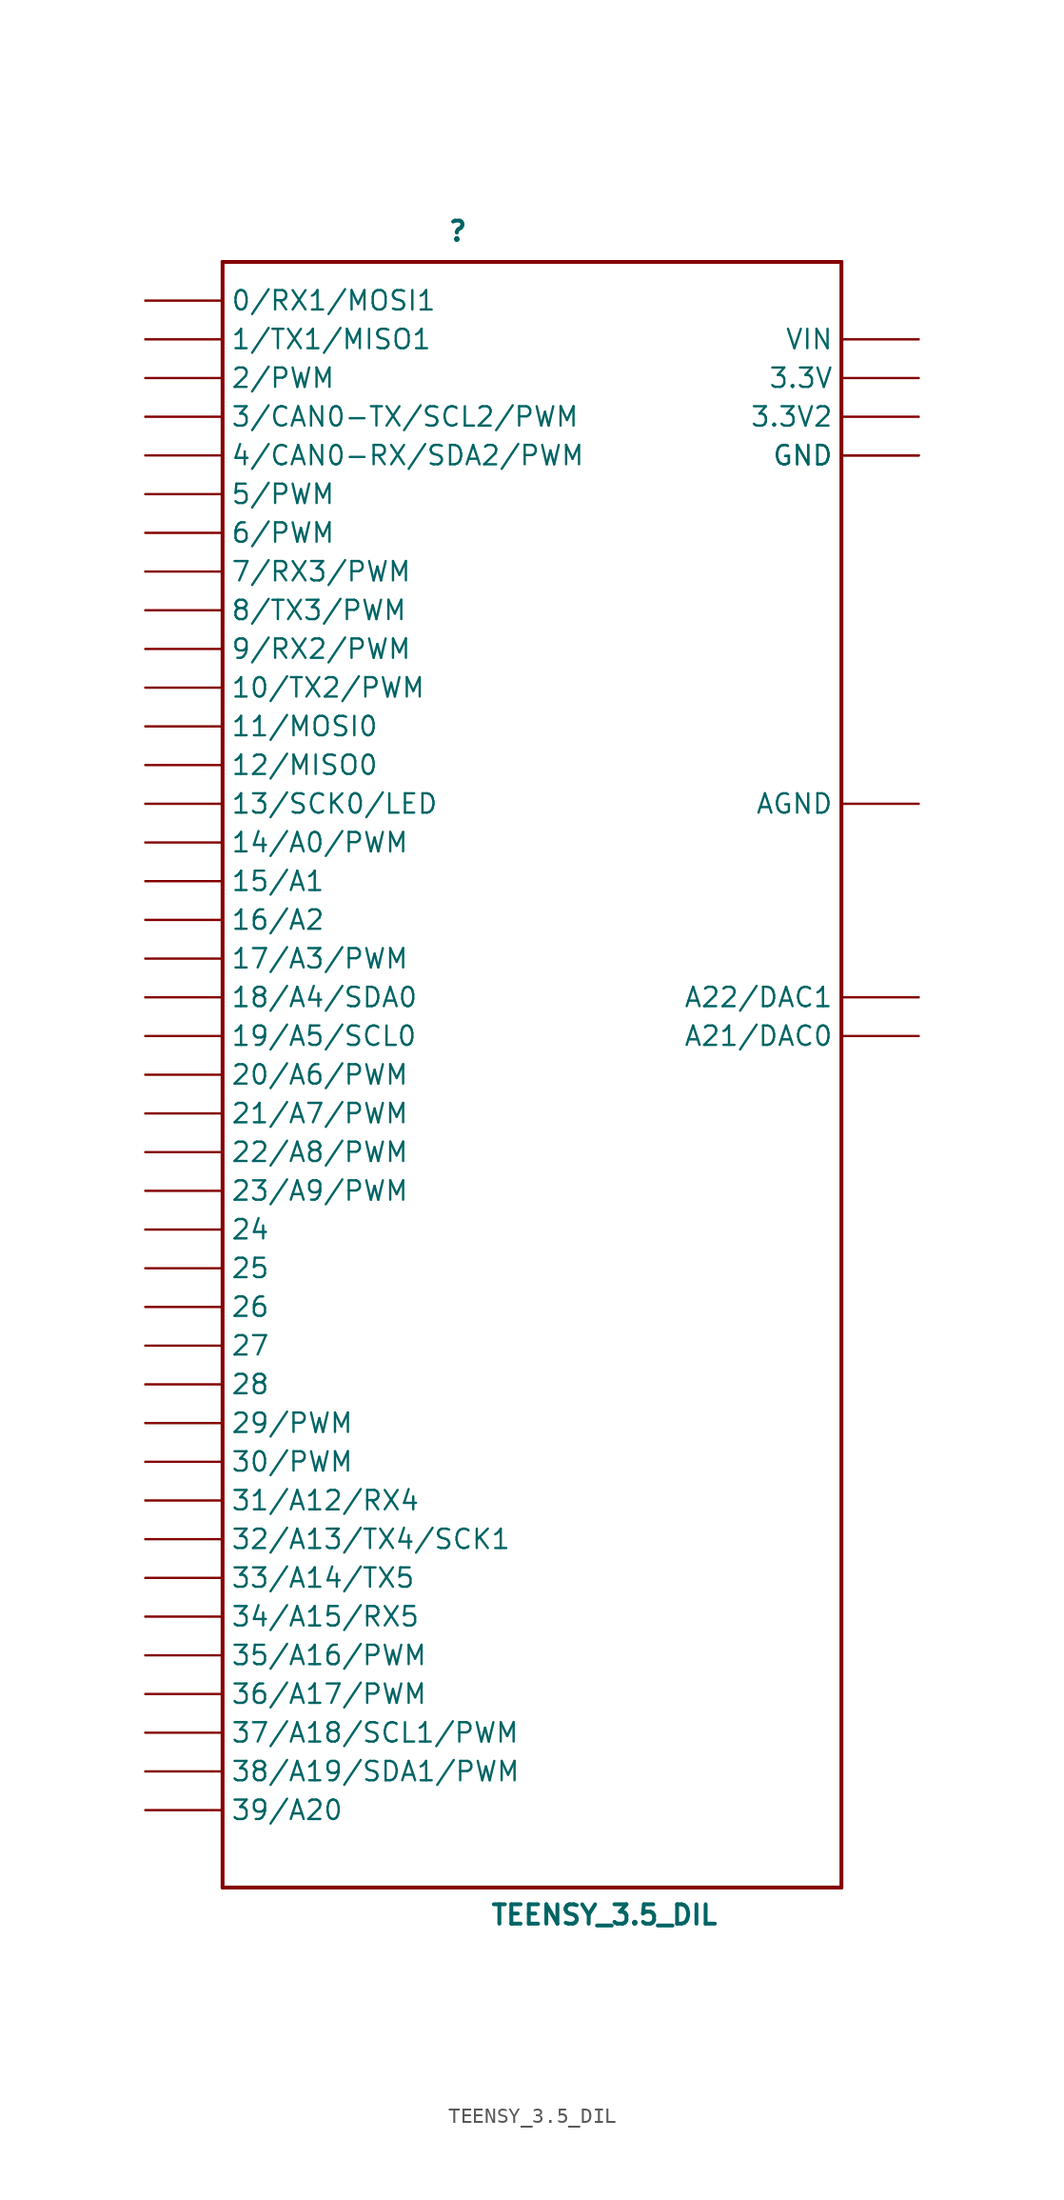
<source format=kicad_sym>
(kicad_symbol_lib
  (version 20220914)
  (generator kicad_symbol_editor)
  (symbol "TEENSY_3.5_DIL"
    (property "Reference" ""
      (at -5.588 54.61 0)
      (effects (font (size 1.27 1.27) bold) (justify left bottom)))
    (property "Value" "TEENSY_3.5_DIL"
      (at -2.794 -55.88 0)
      (effects (font (size 1.27 1.27) bold) (justify left bottom)))
    (property "ki_locked" ""
      (at 0 0 0)
      (effects (font (size 1.27 1.27))))
    (symbol "TEENSY_3.5_DIL_1_0"
      (polyline (pts (xy -20.32 -53.34) (xy 20.32 -53.34)) (stroke (width 0.254) (type default)) (fill (type none)))
      (polyline (pts (xy -20.32 53.34) (xy -20.32 -53.34)) (stroke (width 0.254) (type default)) (fill (type none)))
      (polyline (pts (xy 20.32 -53.34) (xy 20.32 53.34)) (stroke (width 0.254) (type default)) (fill (type none)))
      (polyline (pts (xy 20.32 53.34) (xy -20.32 53.34)) (stroke (width 0.254) (type default)) (fill (type none)))
      (pin bidirectional line (at -25.4 50.8 0) (length 5.08) (name "0/RX1/MOSI1" (effects (font (size 1.27 1.27)))) (number "0" (effects (font (size 0 0)))))
      (pin bidirectional line (at -25.4 48.26 0) (length 5.08) (name "1/TX1/MISO1" (effects (font (size 1.27 1.27)))) (number "1" (effects (font (size 0 0)))))
      (pin bidirectional line (at -25.4 25.4 0) (length 5.08) (name "10/TX2/PWM" (effects (font (size 1.27 1.27)))) (number "10" (effects (font (size 0 0)))))
      (pin bidirectional line (at -25.4 22.86 0) (length 5.08) (name "11/MOSI0" (effects (font (size 1.27 1.27)))) (number "11" (effects (font (size 0 0)))))
      (pin bidirectional line (at -25.4 20.32 0) (length 5.08) (name "12/MISO0" (effects (font (size 1.27 1.27)))) (number "12" (effects (font (size 0 0)))))
      (pin bidirectional line (at -25.4 17.78 0) (length 5.08) (name "13/SCK0/LED" (effects (font (size 1.27 1.27)))) (number "13" (effects (font (size 0 0)))))
      (pin bidirectional line (at -25.4 15.24 0) (length 5.08) (name "14/A0/PWM" (effects (font (size 1.27 1.27)))) (number "14/A0" (effects (font (size 0 0)))))
      (pin bidirectional line (at -25.4 12.7 0) (length 5.08) (name "15/A1" (effects (font (size 1.27 1.27)))) (number "15/A1" (effects (font (size 0 0)))))
      (pin bidirectional line (at -25.4 10.16 0) (length 5.08) (name "16/A2" (effects (font (size 1.27 1.27)))) (number "16/A2" (effects (font (size 0 0)))))
      (pin bidirectional line (at -25.4 7.62 0) (length 5.08) (name "17/A3/PWM" (effects (font (size 1.27 1.27)))) (number "17/A3" (effects (font (size 0 0)))))
      (pin bidirectional line (at -25.4 5.08 0) (length 5.08) (name "18/A4/SDA0" (effects (font (size 1.27 1.27)))) (number "18/A4" (effects (font (size 0 0)))))
      (pin bidirectional line (at -25.4 2.54 0) (length 5.08) (name "19/A5/SCL0" (effects (font (size 1.27 1.27)))) (number "19/A5" (effects (font (size 0 0)))))
      (pin bidirectional line (at -25.4 45.72 0) (length 5.08) (name "2/PWM" (effects (font (size 1.27 1.27)))) (number "2" (effects (font (size 0 0)))))
      (pin bidirectional line (at -25.4 0 0) (length 5.08) (name "20/A6/PWM" (effects (font (size 1.27 1.27)))) (number "20/A6" (effects (font (size 0 0)))))
      (pin bidirectional line (at -25.4 -2.54 0) (length 5.08) (name "21/A7/PWM" (effects (font (size 1.27 1.27)))) (number "21/A7" (effects (font (size 0 0)))))
      (pin bidirectional line (at -25.4 -5.08 0) (length 5.08) (name "22/A8/PWM" (effects (font (size 1.27 1.27)))) (number "22/A8" (effects (font (size 0 0)))))
      (pin bidirectional line (at -25.4 -7.62 0) (length 5.08) (name "23/A9/PWM" (effects (font (size 1.27 1.27)))) (number "23/A9" (effects (font (size 0 0)))))
      (pin bidirectional line (at -25.4 -10.16 0) (length 5.08) (name "24" (effects (font (size 1.27 1.27)))) (number "24" (effects (font (size 0 0)))))
      (pin bidirectional line (at -25.4 -12.7 0) (length 5.08) (name "25" (effects (font (size 1.27 1.27)))) (number "25" (effects (font (size 0 0)))))
      (pin bidirectional line (at -25.4 -15.24 0) (length 5.08) (name "26" (effects (font (size 1.27 1.27)))) (number "26" (effects (font (size 0 0)))))
      (pin bidirectional line (at -25.4 -17.78 0) (length 5.08) (name "27" (effects (font (size 1.27 1.27)))) (number "27" (effects (font (size 0 0)))))
      (pin bidirectional line (at -25.4 -20.32 0) (length 5.08) (name "28" (effects (font (size 1.27 1.27)))) (number "28" (effects (font (size 0 0)))))
      (pin bidirectional line (at -25.4 -22.86 0) (length 5.08) (name "29/PWM" (effects (font (size 1.27 1.27)))) (number "29" (effects (font (size 0 0)))))
      (pin bidirectional line (at -25.4 43.18 0) (length 5.08) (name "3/CAN0-TX/SCL2/PWM" (effects (font (size 1.27 1.27)))) (number "3" (effects (font (size 0 0)))))
      (pin power_in line (at 25.4 45.72 180) (length 5.08) (name "3.3V" (effects (font (size 1.27 1.27)))) (number "3.3V" (effects (font (size 0 0)))))
      (pin power_in line (at 25.4 43.18 180) (length 5.08) (name "3.3V2" (effects (font (size 1.27 1.27)))) (number "3.3V3" (effects (font (size 0 0)))))
      (pin bidirectional line (at -25.4 -25.4 0) (length 5.08) (name "30/PWM" (effects (font (size 1.27 1.27)))) (number "30" (effects (font (size 0 0)))))
      (pin bidirectional line (at -25.4 -27.94 0) (length 5.08) (name "31/A12/RX4" (effects (font (size 1.27 1.27)))) (number "31/A12" (effects (font (size 0 0)))))
      (pin bidirectional line (at -25.4 -30.48 0) (length 5.08) (name "32/A13/TX4/SCK1" (effects (font (size 1.27 1.27)))) (number "32/A13" (effects (font (size 0 0)))))
      (pin bidirectional line (at -25.4 -33.02 0) (length 5.08) (name "33/A14/TX5" (effects (font (size 1.27 1.27)))) (number "33/A14" (effects (font (size 0 0)))))
      (pin bidirectional line (at -25.4 -35.56 0) (length 5.08) (name "34/A15/RX5" (effects (font (size 1.27 1.27)))) (number "34/A15" (effects (font (size 0 0)))))
      (pin bidirectional line (at -25.4 -38.1 0) (length 5.08) (name "35/A16/PWM" (effects (font (size 1.27 1.27)))) (number "35/A16" (effects (font (size 0 0)))))
      (pin bidirectional line (at -25.4 -40.64 0) (length 5.08) (name "36/A17/PWM" (effects (font (size 1.27 1.27)))) (number "36/A17" (effects (font (size 0 0)))))
      (pin bidirectional line (at -25.4 -43.18 0) (length 5.08) (name "37/A18/SCL1/PWM" (effects (font (size 1.27 1.27)))) (number "37/A18" (effects (font (size 0 0)))))
      (pin bidirectional line (at -25.4 -45.72 0) (length 5.08) (name "38/A19/SDA1/PWM" (effects (font (size 1.27 1.27)))) (number "38/A19" (effects (font (size 0 0)))))
      (pin bidirectional line (at -25.4 -48.26 0) (length 5.08) (name "39/A20" (effects (font (size 1.27 1.27)))) (number "39/A20" (effects (font (size 0 0)))))
      (pin bidirectional line (at -25.4 40.64 0) (length 5.08) (name "4/CAN0-RX/SDA2/PWM" (effects (font (size 1.27 1.27)))) (number "4" (effects (font (size 0 0)))))
      (pin bidirectional line (at -25.4 38.1 0) (length 5.08) (name "5/PWM" (effects (font (size 1.27 1.27)))) (number "5" (effects (font (size 0 0)))))
      (pin bidirectional line (at -25.4 35.56 0) (length 5.08) (name "6/PWM" (effects (font (size 1.27 1.27)))) (number "6" (effects (font (size 0 0)))))
      (pin bidirectional line (at -25.4 33.02 0) (length 5.08) (name "7/RX3/PWM" (effects (font (size 1.27 1.27)))) (number "7" (effects (font (size 0 0)))))
      (pin bidirectional line (at -25.4 30.48 0) (length 5.08) (name "8/TX3/PWM" (effects (font (size 1.27 1.27)))) (number "8" (effects (font (size 0 0)))))
      (pin bidirectional line (at -25.4 27.94 0) (length 5.08) (name "9/RX2/PWM" (effects (font (size 1.27 1.27)))) (number "9" (effects (font (size 0 0)))))
      (pin bidirectional line (at 25.4 2.54 180) (length 5.08) (name "A21/DAC0" (effects (font (size 1.27 1.27)))) (number "A21" (effects (font (size 0 0)))))
      (pin bidirectional line (at 25.4 5.08 180) (length 5.08) (name "A22/DAC1" (effects (font (size 1.27 1.27)))) (number "A22" (effects (font (size 0 0)))))
      (pin power_in line (at 25.4 17.78 180) (length 5.08) (name "AGND" (effects (font (size 1.27 1.27)))) (number "AGND" (effects (font (size 0 0)))))
      (pin power_in line (at 25.4 40.64 180) (length 5.08) (name "GND" (effects (font (size 1.27 1.27)))) (number "GND" (effects (font (size 0 0)))))
      (pin power_in line (at 25.4 40.64 180) (length 5.08) (name "GND" (effects (font (size 1.27 1.27)))) (number "GND1" (effects (font (size 0 0)))))
      (pin power_in line (at 25.4 48.26 180) (length 5.08) (name "VIN" (effects (font (size 1.27 1.27)))) (number "VIN" (effects (font (size 0 0))))))))
</source>
